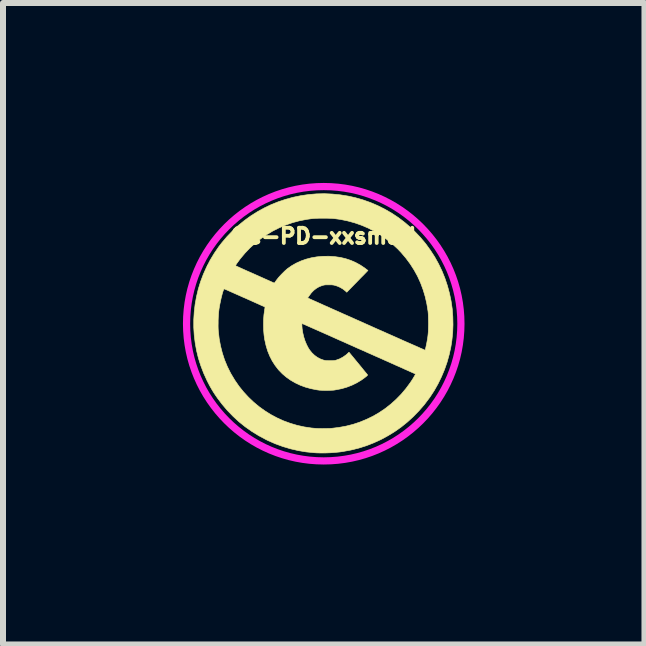
<source format=kicad_pcb>
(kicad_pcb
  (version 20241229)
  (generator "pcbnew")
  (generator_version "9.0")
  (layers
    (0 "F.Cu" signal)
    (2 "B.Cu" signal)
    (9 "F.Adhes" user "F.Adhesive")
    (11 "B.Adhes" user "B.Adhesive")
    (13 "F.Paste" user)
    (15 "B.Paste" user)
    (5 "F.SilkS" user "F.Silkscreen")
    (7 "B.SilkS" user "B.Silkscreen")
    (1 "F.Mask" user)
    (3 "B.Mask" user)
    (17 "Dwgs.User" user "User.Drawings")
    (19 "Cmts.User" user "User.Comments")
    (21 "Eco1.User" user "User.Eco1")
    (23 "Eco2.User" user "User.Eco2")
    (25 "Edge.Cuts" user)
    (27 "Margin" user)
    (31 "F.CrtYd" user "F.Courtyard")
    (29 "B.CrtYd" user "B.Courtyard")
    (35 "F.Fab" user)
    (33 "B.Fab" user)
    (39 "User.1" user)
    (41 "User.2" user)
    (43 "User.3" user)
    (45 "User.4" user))
  (footprint "CC-PD-xxsmall"
    (layer "F.Cu")
    (at 2.347 2.347)
    (property "Reference" "CC-PD-xxsmall" (at 0 -1.46 0) (layer "F.SilkS") (effects (font (size 0.254 0.254) (thickness 0.064))))
    (attr through_hole)
    (fp_poly (pts (xy 0.143 -2.162) (xy 0.275 -2.149) (xy 0.407 -2.128) (xy 0.524 -2.102) (xy 0.653 -2.065) (xy 0.778 -2.021) (xy 0.9 -1.969) (xy 1.019 -1.909) (xy 1.135 -1.842) (xy 1.246 -1.768) (xy 1.352 -1.687) (xy 1.454 -1.599) (xy 1.521 -1.534) (xy 1.614 -1.436) (xy 1.7 -1.333) (xy 1.778 -1.225) (xy 1.85 -1.114) (xy 1.914 -0.999) (xy 1.971 -0.88) (xy 2.02 -0.759) (xy 2.062 -0.634) (xy 2.096 -0.508) (xy 2.123 -0.379) (xy 2.142 -0.249) (xy 2.152 -0.117) (xy 2.155 0.016) (xy 2.15 0.149) (xy 2.136 0.283) (xy 2.119 0.391) (xy 2.091 0.517) (xy 2.056 0.642) (xy 2.013 0.765) (xy 1.962 0.886) (xy 1.905 1.003) (xy 1.841 1.116) (xy 1.771 1.223) (xy 1.757 1.242) (xy 1.675 1.351) (xy 1.586 1.453) (xy 1.492 1.55) (xy 1.394 1.639) (xy 1.29 1.723) (xy 1.182 1.799) (xy 1.069 1.868) (xy 0.953 1.931) (xy 0.832 1.986) (xy 0.709 2.034) (xy 0.582 2.074) (xy 0.452 2.106) (xy 0.32 2.13) (xy 0.267 2.138) (xy 0.194 2.145) (xy 0.117 2.151) (xy 0.037 2.154) (xy -0.042 2.155) (xy -0.118 2.153) (xy -0.161 2.15) (xy -0.293 2.137) (xy -0.424 2.115) (xy -0.554 2.085) (xy -0.682 2.047) (xy -0.808 2.001) (xy -0.931 1.947) (xy -0.965 1.93) (xy -1.086 1.865) (xy -1.201 1.794) (xy -1.31 1.717) (xy -1.415 1.633) (xy -1.513 1.542) (xy -1.607 1.445) (xy -1.695 1.341) (xy -1.77 1.242) (xy -1.806 1.19) (xy -1.839 1.14) (xy -1.87 1.088) (xy -1.901 1.034) (xy -1.932 0.974) (xy -1.947 0.944) (xy -2.002 0.823) (xy -2.049 0.7) (xy -2.089 0.575) (xy -2.12 0.448) (xy -2.143 0.32) (xy -2.159 0.191) (xy -2.167 0.062) (xy -2.167 0.037) (xy -1.761 0.037) (xy -1.76 0.079) (xy -1.758 0.116) (xy -1.757 0.125) (xy -1.743 0.249) (xy -1.721 0.369) (xy -1.691 0.487) (xy -1.654 0.601) (xy -1.608 0.712) (xy -1.555 0.819) (xy -1.545 0.837) (xy -1.482 0.942) (xy -1.413 1.042) (xy -1.337 1.136) (xy -1.256 1.224) (xy -1.17 1.306) (xy -1.079 1.382) (xy -0.983 1.451) (xy -0.883 1.514) (xy -0.778 1.57) (xy -0.67 1.619) (xy -0.558 1.66) (xy -0.444 1.694) (xy -0.326 1.72) (xy -0.207 1.738) (xy -0.131 1.745) (xy -0.113 1.746) (xy -0.088 1.747) (xy -0.058 1.747) (xy -0.025 1.748) (xy 0.01 1.747) (xy 0.044 1.747) (xy 0.075 1.746) (xy 0.102 1.746) (xy 0.124 1.744) (xy 0.129 1.744) (xy 0.252 1.729) (xy 0.373 1.707) (xy 0.491 1.677) (xy 0.605 1.639) (xy 0.716 1.593) (xy 0.823 1.541) (xy 0.926 1.481) (xy 1.025 1.414) (xy 1.119 1.34) (xy 1.208 1.26) (xy 1.293 1.173) (xy 1.372 1.079) (xy 1.445 0.98) (xy 1.456 0.963) (xy 1.471 0.941) (xy 1.485 0.919) (xy 1.498 0.897) (xy 1.51 0.877) (xy 1.52 0.859) (xy 1.526 0.847) (xy 1.529 0.839) (xy 1.529 0.838) (xy 1.525 0.836) (xy 1.513 0.83) (xy 1.495 0.822) (xy 1.47 0.811) (xy 1.439 0.797) (xy 1.402 0.78) (xy 1.36 0.762) (xy 1.313 0.74) (xy 1.261 0.717) (xy 1.206 0.693) (xy 1.146 0.666) (xy 1.084 0.638) (xy 1.018 0.609) (xy 0.95 0.578) (xy 0.879 0.547) (xy 0.872 0.544) (xy 0.796 0.51) (xy 0.719 0.476) (xy 0.641 0.441) (xy 0.563 0.407) (xy 0.486 0.372) (xy 0.411 0.339) (xy 0.338 0.306) (xy 0.267 0.275) (xy 0.2 0.245) (xy 0.138 0.217) (xy 0.08 0.191) (xy 0.027 0.168) (xy -0.019 0.147) (xy -0.059 0.13) (xy -0.071 0.124) (xy -0.117 0.104) (xy -0.162 0.084) (xy -0.203 0.066) (xy -0.241 0.049) (xy -0.275 0.034) (xy -0.304 0.021) (xy -0.328 0.01) (xy -0.346 0.003) (xy -0.357 -0.002) (xy -0.362 -0.004) (xy -0.362 -0.004) (xy -0.363 -0.000277) (xy -0.364 0.011) (xy -0.364 0.027) (xy -0.363 0.047) (xy -0.361 0.069) (xy -0.36 0.084) (xy -0.349 0.153) (xy -0.333 0.221) (xy -0.312 0.286) (xy -0.286 0.348) (xy -0.257 0.404) (xy -0.235 0.438) (xy -0.197 0.485) (xy -0.154 0.526) (xy -0.106 0.561) (xy -0.054 0.588) (xy -0.01 0.604) (xy 0.005 0.608) (xy 0.017 0.611) (xy 0.03 0.613) (xy 0.045 0.615) (xy 0.063 0.615) (xy 0.088 0.616) (xy 0.102 0.616) (xy 0.13 0.616) (xy 0.151 0.615) (xy 0.168 0.614) (xy 0.182 0.613) (xy 0.195 0.61) (xy 0.208 0.607) (xy 0.209 0.606) (xy 0.267 0.585) (xy 0.321 0.556) (xy 0.372 0.52) (xy 0.395 0.5) (xy 0.421 0.475) (xy 0.576 0.663) (xy 0.604 0.697) (xy 0.631 0.73) (xy 0.655 0.76) (xy 0.677 0.787) (xy 0.696 0.81) (xy 0.712 0.829) (xy 0.723 0.843) (xy 0.73 0.852) (xy 0.731 0.855) (xy 0.729 0.859) (xy 0.72 0.868) (xy 0.707 0.88) (xy 0.689 0.894) (xy 0.668 0.91) (xy 0.645 0.926) (xy 0.629 0.938) (xy 0.551 0.985) (xy 0.471 1.024) (xy 0.386 1.057) (xy 0.297 1.083) (xy 0.204 1.101) (xy 0.176 1.106) (xy 0.158 1.108) (xy 0.134 1.109) (xy 0.105 1.11) (xy 0.073 1.111) (xy 0.04 1.111) (xy 0.005 1.111) (xy -0.024 1.11) (xy -0.049 1.109) (xy -0.071 1.108) (xy -0.092 1.105) (xy -0.115 1.102) (xy -0.119 1.101) (xy -0.214 1.082) (xy -0.305 1.057) (xy -0.392 1.025) (xy -0.474 0.986) (xy -0.552 0.941) (xy -0.624 0.89) (xy -0.69 0.834) (xy -0.75 0.772) (xy -0.757 0.764) (xy -0.811 0.694) (xy -0.859 0.619) (xy -0.9 0.539) (xy -0.935 0.453) (xy -0.962 0.363) (xy -0.983 0.269) (xy -0.984 0.267) (xy -0.995 0.188) (xy -1.002 0.106) (xy -1.004 0.02) (xy -1.003 -0.065) (xy -0.997 -0.148) (xy -0.986 -0.226) (xy -0.984 -0.241) (xy -0.981 -0.257) (xy -0.98 -0.27) (xy -0.98 -0.278) (xy -0.981 -0.279) (xy -0.985 -0.282) (xy -0.996 -0.287) (xy -1.014 -0.295) (xy -1.038 -0.305) (xy -1.066 -0.318) (xy -1.099 -0.333) (xy -1.135 -0.349) (xy -1.175 -0.367) (xy -1.217 -0.386) (xy -1.26 -0.405) (xy -1.304 -0.425) (xy -1.349 -0.444) (xy -1.393 -0.464) (xy -1.436 -0.483) (xy -1.477 -0.501) (xy -1.515 -0.518) (xy -1.551 -0.534) (xy -1.582 -0.548) (xy -1.609 -0.56) (xy -1.631 -0.569) (xy -1.647 -0.576) (xy -1.657 -0.58) (xy -1.659 -0.581) (xy -1.663 -0.578) (xy -1.669 -0.567) (xy -1.676 -0.55) (xy -1.684 -0.527) (xy -1.692 -0.499) (xy -1.7 -0.467) (xy -1.709 -0.432) (xy -1.717 -0.395) (xy -1.725 -0.357) (xy -1.733 -0.319) (xy -1.74 -0.28) (xy -1.746 -0.243) (xy -1.748 -0.224) (xy -1.752 -0.19) (xy -1.755 -0.149) (xy -1.758 -0.104) (xy -1.76 -0.057) (xy -1.76 -0.009) (xy -1.761 0.037) (xy -2.167 0.037) (xy -2.167 -0.067) (xy -2.159 -0.196) (xy -2.144 -0.325) (xy -2.121 -0.452) (xy -2.091 -0.578) (xy -2.053 -0.702) (xy -2.007 -0.824) (xy -1.954 -0.943) (xy -1.941 -0.968) (xy -1.473 -0.968) (xy -1.473 -0.968) (xy -1.469 -0.966) (xy -1.457 -0.961) (xy -1.44 -0.953) (xy -1.416 -0.942) (xy -1.387 -0.929) (xy -1.352 -0.913) (xy -1.314 -0.896) (xy -1.272 -0.877) (xy -1.226 -0.857) (xy -1.178 -0.836) (xy -1.147 -0.822) (xy -0.823 -0.677) (xy -0.816 -0.687) (xy -0.811 -0.694) (xy -0.802 -0.706) (xy -0.791 -0.722) (xy -0.778 -0.739) (xy -0.776 -0.741) (xy -0.758 -0.765) (xy -0.734 -0.792) (xy -0.707 -0.821) (xy -0.678 -0.85) (xy -0.65 -0.878) (xy -0.624 -0.901) (xy -0.607 -0.916) (xy -0.536 -0.966) (xy -0.461 -1.009) (xy -0.38 -1.046) (xy -0.295 -1.076) (xy -0.207 -1.099) (xy -0.114 -1.115) (xy -0.019 -1.124) (xy 0.08 -1.125) (xy 0.091 -1.125) (xy 0.188 -1.118) (xy 0.279 -1.105) (xy 0.367 -1.084) (xy 0.451 -1.056) (xy 0.531 -1.021) (xy 0.608 -0.979) (xy 0.683 -0.929) (xy 0.689 -0.924) (xy 0.737 -0.888) (xy 0.696 -0.845) (xy 0.684 -0.833) (xy 0.667 -0.815) (xy 0.646 -0.794) (xy 0.621 -0.769) (xy 0.594 -0.741) (xy 0.565 -0.711) (xy 0.536 -0.681) (xy 0.519 -0.664) (xy 0.384 -0.525) (xy 0.363 -0.545) (xy 0.321 -0.578) (xy 0.276 -0.605) (xy 0.226 -0.627) (xy 0.178 -0.642) (xy 0.163 -0.645) (xy 0.147 -0.647) (xy 0.126 -0.649) (xy 0.1 -0.649) (xy 0.083 -0.649) (xy 0.056 -0.649) (xy 0.036 -0.649) (xy 0.02 -0.647) (xy 0.006 -0.645) (xy -0.007 -0.642) (xy -0.022 -0.638) (xy -0.022 -0.638) (xy -0.075 -0.618) (xy -0.122 -0.591) (xy -0.166 -0.557) (xy -0.206 -0.516) (xy -0.241 -0.469) (xy -0.268 -0.43) (xy -0.255 -0.424) (xy -0.244 -0.419) (xy -0.225 -0.41) (xy -0.2 -0.399) (xy -0.169 -0.385) (xy -0.132 -0.369) (xy -0.09 -0.35) (xy -0.043 -0.329) (xy 0.009 -0.305) (xy 0.065 -0.281) (xy 0.124 -0.254) (xy 0.187 -0.226) (xy 0.253 -0.197) (xy 0.321 -0.166) (xy 0.392 -0.135) (xy 0.464 -0.103) (xy 0.537 -0.07) (xy 0.612 -0.037) (xy 0.687 -0.003) (xy 0.762 0.03) (xy 0.837 0.064) (xy 0.911 0.097) (xy 0.985 0.129) (xy 1.056 0.161) (xy 1.126 0.192) (xy 1.194 0.222) (xy 1.259 0.251) (xy 1.321 0.279) (xy 1.38 0.305) (xy 1.435 0.329) (xy 1.485 0.351) (xy 1.531 0.371) (xy 1.572 0.389) (xy 1.607 0.405) (xy 1.637 0.418) (xy 1.661 0.428) (xy 1.677 0.436) (xy 1.687 0.44) (xy 1.69 0.441) (xy 1.692 0.436) (xy 1.695 0.424) (xy 1.699 0.408) (xy 1.703 0.392) (xy 1.718 0.32) (xy 1.732 0.242) (xy 1.738 0.193) (xy 1.741 0.164) (xy 1.744 0.128) (xy 1.745 0.087) (xy 1.746 0.043) (xy 1.747 -0.004) (xy 1.746 -0.05) (xy 1.745 -0.095) (xy 1.744 -0.137) (xy 1.742 -0.174) (xy 1.739 -0.205) (xy 1.739 -0.207) (xy 1.719 -0.331) (xy 1.692 -0.451) (xy 1.657 -0.567) (xy 1.615 -0.68) (xy 1.565 -0.79) (xy 1.507 -0.895) (xy 1.442 -0.997) (xy 1.37 -1.094) (xy 1.291 -1.187) (xy 1.234 -1.247) (xy 1.144 -1.33) (xy 1.05 -1.407) (xy 0.951 -1.477) (xy 0.848 -1.539) (xy 0.741 -1.595) (xy 0.63 -1.642) (xy 0.516 -1.682) (xy 0.399 -1.714) (xy 0.279 -1.739) (xy 0.176 -1.753) (xy 0.153 -1.755) (xy 0.124 -1.757) (xy 0.09 -1.758) (xy 0.052 -1.759) (xy 0.012 -1.759) (xy -0.028 -1.759) (xy -0.068 -1.759) (xy -0.105 -1.758) (xy -0.139 -1.757) (xy -0.167 -1.755) (xy -0.188 -1.753) (xy -0.188 -1.753) (xy -0.213 -1.75) (xy -0.241 -1.746) (xy -0.27 -1.742) (xy -0.288 -1.739) (xy -0.406 -1.716) (xy -0.521 -1.685) (xy -0.633 -1.646) (xy -0.743 -1.599) (xy -0.849 -1.546) (xy -0.951 -1.485) (xy -1.049 -1.417) (xy -1.143 -1.343) (xy -1.231 -1.263) (xy -1.314 -1.176) (xy -1.391 -1.084) (xy -1.442 -1.015) (xy -1.454 -0.998) (xy -1.463 -0.983) (xy -1.47 -0.973) (xy -1.473 -0.968) (xy -1.941 -0.968) (xy -1.894 -1.059) (xy -1.826 -1.172) (xy -1.751 -1.282) (xy -1.702 -1.346) (xy -1.615 -1.449) (xy -1.522 -1.546) (xy -1.425 -1.637) (xy -1.323 -1.72) (xy -1.217 -1.797) (xy -1.106 -1.867) (xy -0.992 -1.93) (xy -0.875 -1.986) (xy -0.755 -2.034) (xy -0.632 -2.075) (xy -0.507 -2.109) (xy -0.38 -2.135) (xy -0.251 -2.154) (xy -0.12 -2.165) (xy 0.011 -2.168) (xy 0.143 -2.162)) (stroke (width 0.01) (type solid)) (fill yes) (layer "F.SilkS"))
    (fp_circle (center 0 0) (end 2.287 0) (stroke (width 0.12) (type solid)) (fill no) (layer "F.CrtYd")))
  (gr_rect
    (start -3 -3)
    (end 7.694 7.694)
    (stroke (width 0.1) (type default))
    (fill no)
    (layer "Edge.Cuts")))
</source>
